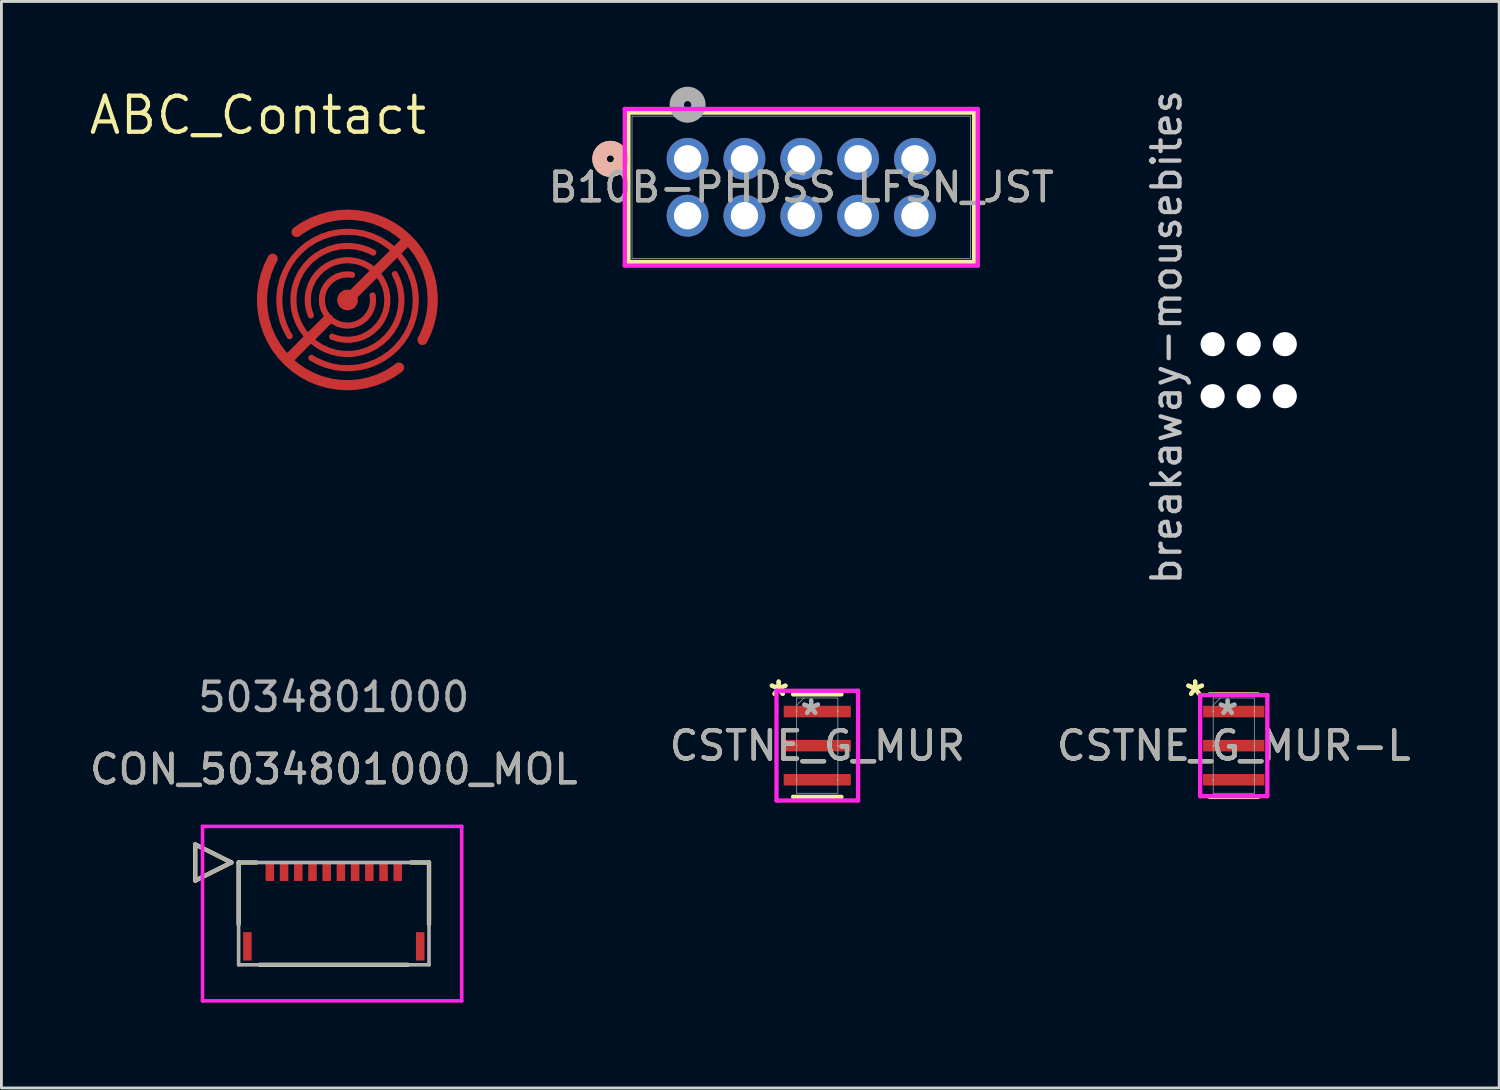
<source format=kicad_pcb>
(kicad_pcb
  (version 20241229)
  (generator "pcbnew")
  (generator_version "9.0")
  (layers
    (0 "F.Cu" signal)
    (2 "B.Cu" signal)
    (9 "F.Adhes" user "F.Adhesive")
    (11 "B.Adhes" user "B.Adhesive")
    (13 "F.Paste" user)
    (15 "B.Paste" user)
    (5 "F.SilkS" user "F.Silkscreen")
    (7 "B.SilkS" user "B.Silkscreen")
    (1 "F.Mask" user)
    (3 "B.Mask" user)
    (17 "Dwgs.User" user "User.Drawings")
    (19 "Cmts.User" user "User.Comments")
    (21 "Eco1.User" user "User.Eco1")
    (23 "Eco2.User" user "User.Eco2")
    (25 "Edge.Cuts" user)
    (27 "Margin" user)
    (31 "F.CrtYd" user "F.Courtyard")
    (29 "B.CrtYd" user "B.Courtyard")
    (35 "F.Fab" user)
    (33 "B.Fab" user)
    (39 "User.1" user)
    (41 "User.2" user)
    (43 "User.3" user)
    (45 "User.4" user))
  (footprint "ABC_Contact"
    (layer "F.Cu")
    (at 9.175 7.506)
    (property "Reference" "ABC_Contact" (at -3.15 -6.5 0) (layer "F.SilkS") (effects (font (size 1.27 1.27) (thickness 0.15))))
    (attr smd exclude_from_pos_files exclude_from_bom allow_soldermask_bridges)
    (fp_circle (center 0 0) (end 3.175 0) (stroke (width 0.12) (type solid)) (fill yes) (layer "F.Mask"))
    (pad "1" smd custom (at 2.125 -2.121) (size 0.3 0.3) (layers "F.Cu" "F.Mask" "F.Paste") (options (anchor circle)) (primitives (gr_arc (start -3.912922 -0.272613) (mid -0.16606 -0.159618) (end 0.515302 3.526503) (width 0.362856)) (gr_line (start -2.121 2.121) (end -0.121 0.121) (width 0.363)) (gr_arc (start -3.412664 2.662088) (mid -1.131371 1.131371) (end -2.662088 3.412664) (width 0.22)) (gr_arc (start -4.156533 3.39329) (mid -0.424266 0.424262) (end -3.393289 4.156533) (width 0.22)) (gr_circle (center -2.121 2.121) (end -1.756 2.121) (width 0) (fill yes))))
    (pad "2" smd custom (at -2.121 2.121) (size 0.3 0.3) (layers "F.Cu" "F.Mask" "F.Paste") (options (anchor circle)) (primitives (gr_arc (start 3.9356 0.25922) (mid 0.157212 0.147878) (end -0.509717 -3.57285) (width 0.362856)) (gr_line (start 1.447 -1.448) (end 0.035 -0.036) (width 0.363)) (gr_arc (start 3.006688 -2.282947) (mid 1.484924 -1.484924) (end 2.282946 -3.006688) (width 0.22)) (gr_arc (start 3.78973 -3.030391) (mid 0.777817 -0.777817) (end 3.030391 -3.78973) (width 0.22))))
    (zone (net_name "") (layer "F.Cu") (hatch edge 0.508) (connect_pads) (min_thickness 0.254) (filled_areas_thickness no) (keepout (tracks allowed) (vias allowed) (pads allowed) (copperpour not_allowed) (footprints allowed)) (placement (enabled no)) (fill) (polygon (pts (xy 13.139 7.506) (xy 13.12 7.119) (xy 13.064 6.736) (xy 12.97 6.36) (xy 12.84 5.995) (xy 12.675 5.645) (xy 12.477 5.312) (xy 12.247 5) (xy 11.988 4.713) (xy 11.702 4.451) (xy 11.392 4.219) (xy 11.06 4.019) (xy 10.711 3.851) (xy 10.347 3.719) (xy 9.972 3.623) (xy 9.589 3.563) (xy 9.202 3.542) (xy 8.815 3.558) (xy 8.432 3.612) (xy 8.055 3.703) (xy 7.69 3.83) (xy 7.338 3.993) (xy 7.004 4.189) (xy 6.69 4.416) (xy 6.401 4.674) (xy 6.138 4.958) (xy 5.903 5.266) (xy 5.7 5.596) (xy 5.531 5.944) (xy 5.396 6.307) (xy 5.297 6.682) (xy 5.235 7.064) (xy 5.21 7.451) (xy 5.224 7.838) (xy 5.275 8.222) (xy 5.364 8.599) (xy 5.488 8.966) (xy 5.649 9.318) (xy 5.842 9.654) (xy 6.068 9.969) (xy 6.323 10.26) (xy 6.605 10.525) (xy 6.912 10.762) (xy 7.241 10.967) (xy 7.587 11.139) (xy 7.95 11.277) (xy 8.323 11.378) (xy 8.705 11.443) (xy 9.092 11.47) (xy 9.479 11.459) (xy 9.863 11.411) (xy 10.241 11.325) (xy 10.608 11.202) (xy 10.962 11.045) (xy 11.299 10.854) (xy 11.616 10.63) (xy 11.909 10.377) (xy 12.176 10.097) (xy 12.414 9.792) (xy 12.622 9.464) (xy 12.796 9.119) (xy 12.937 8.758) (xy 13.041 8.385) (xy 13.108 8.003) (xy 13.138 7.617)))))
  (footprint "CSTNE_G_MUR"
    (layer "F.Cu")
    (at 25.708 23.187)
    (property "Reference" "CSTNE_G_MUR" (at 0 0 0) (unlocked yes) (layer "F.SilkS") (effects (font (size 1 1) (thickness 0.15))))
    (attr smd)
    (fp_line (start -0.851 -1.803) (end 0.851 -1.803) (stroke (width 0.152) (type solid)) (layer "F.SilkS"))
    (fp_line (start -0.851 1.803) (end 0.851 1.803) (stroke (width 0.152) (type solid)) (layer "F.SilkS"))
    (fp_line (start -1.435 -1.93) (end 1.435 -1.93) (stroke (width 0.152) (type solid)) (layer "F.CrtYd"))
    (fp_line (start -1.435 1.93) (end -1.435 -1.93) (stroke (width 0.152) (type solid)) (layer "F.CrtYd"))
    (fp_line (start 1.435 -1.93) (end 1.435 1.93) (stroke (width 0.152) (type solid)) (layer "F.CrtYd"))
    (fp_line (start 1.435 1.93) (end -1.435 1.93) (stroke (width 0.152) (type solid)) (layer "F.CrtYd"))
    (fp_line (start -0.724 -1.676) (end 0.724 -1.676) (stroke (width 0.025) (type solid)) (layer "F.Fab"))
    (fp_line (start -0.724 -1.2) (end -0.724 -1.676) (stroke (width 0.025) (type solid)) (layer "F.Fab"))
    (fp_line (start -0.724 -1.2) (end -0.724 0) (stroke (width 0.025) (type solid)) (layer "F.Fab"))
    (fp_line (start -0.724 0) (end -0.724 1.2) (stroke (width 0.025) (type solid)) (layer "F.Fab"))
    (fp_line (start -0.724 1.2) (end -0.724 1.676) (stroke (width 0.025) (type solid)) (layer "F.Fab"))
    (fp_line (start -0.724 1.676) (end 0.724 1.676) (stroke (width 0.025) (type solid)) (layer "F.Fab"))
    (fp_line (start -0.47 -1.676) (end -0.724 -1.422) (stroke (width 0.025) (type solid)) (layer "F.Fab"))
    (fp_line (start 0.724 -1.2) (end 0.724 -1.676) (stroke (width 0.025) (type solid)) (layer "F.Fab"))
    (fp_line (start 0.724 -1.2) (end 0.724 0) (stroke (width 0.025) (type solid)) (layer "F.Fab"))
    (fp_line (start 0.724 0) (end 0.724 1.2) (stroke (width 0.025) (type solid)) (layer "F.Fab"))
    (fp_line (start 0.724 1.2) (end 0.724 1.676) (stroke (width 0.025) (type solid)) (layer "F.Fab"))
    (fp_arc (start -0.7239 -1.2) (mid -0.7239 -1.2) (end -0.7239 -1.2) (stroke (width 0.0254) (type solid)) (layer "F.Fab"))
    (fp_arc (start -0.7239 0) (mid -0.7239 0) (end -0.7239 0) (stroke (width 0.0254) (type solid)) (layer "F.Fab"))
    (fp_arc (start -0.7239 1.2) (mid -0.7239 1.2) (end -0.7239 1.2) (stroke (width 0.0254) (type solid)) (layer "F.Fab"))
    (fp_arc (start 0.7239 -1.2) (mid 0.7239 -1.2) (end 0.7239 -1.2) (stroke (width 0.0254) (type solid)) (layer "F.Fab"))
    (fp_arc (start 0.7239 0) (mid 0.7239 0) (end 0.7239 0) (stroke (width 0.0254) (type solid)) (layer "F.Fab"))
    (fp_arc (start 0.7239 1.2) (mid 0.7239 1.2) (end 0.7239 1.2) (stroke (width 0.0254) (type solid)) (layer "F.Fab"))
    (fp_text user "*" (at -1.359 -1.708 0) (unlocked yes) (layer "F.SilkS") (effects (font (size 1 1) (thickness 0.15))))
    (fp_text user "*" (at -1.359 -1.708 0) (layer "F.SilkS") (effects (font (size 1 1) (thickness 0.15))))
    (fp_text user "${REFERENCE}" (at 0 0 0) (unlocked yes) (layer "F.Fab") (effects (font (size 1 1) (thickness 0.15))))
    (fp_text user "*" (at -0.216 -1.041 0) (unlocked yes) (layer "F.Fab") (effects (font (size 1 1) (thickness 0.15))))
    (fp_text user "*" (at -0.216 -1.041 0) (layer "F.Fab") (effects (font (size 1 1) (thickness 0.15))))
    (pad "1" smd rect (at 0 -1.2) (size 2.362 0.406) (layers "F.Cu" "F.Mask" "F.Paste"))
    (pad "2" smd rect (at 0 0) (size 2.362 0.406) (layers "F.Cu" "F.Mask" "F.Paste"))
    (pad "3" smd rect (at 0 1.2) (size 2.362 0.406) (layers "F.Cu" "F.Mask" "F.Paste")))
  (footprint "CON_5034801000_MOL"
    (layer "F.Cu")
    (at 8.696 29.099)
    (property "Reference" "CON_5034801000_MOL" (at 0 -5.08 0) (unlocked yes) (layer "F.SilkS") (effects (font (size 1 1) (thickness 0.15))))
    (attr smd)
    (fp_line (start -4.874 -2.435) (end -4.874 -1.165) (stroke (width 0.152) (type solid)) (layer "F.SilkS"))
    (fp_line (start -4.874 -1.165) (end -3.604 -1.8) (stroke (width 0.152) (type solid)) (layer "F.SilkS"))
    (fp_line (start -3.604 -1.8) (end -4.874 -2.435) (stroke (width 0.152) (type solid)) (layer "F.SilkS"))
    (fp_line (start -3.35 -1.8) (end -3.35 0.373) (stroke (width 0.152) (type solid)) (layer "F.SilkS"))
    (fp_line (start -2.72 -1.8) (end -3.35 -1.8) (stroke (width 0.152) (type solid)) (layer "F.SilkS"))
    (fp_line (start -2.607 1.8) (end 2.607 1.8) (stroke (width 0.152) (type solid)) (layer "F.SilkS"))
    (fp_line (start 3.35 -1.8) (end 2.72 -1.8) (stroke (width 0.152) (type solid)) (layer "F.SilkS"))
    (fp_line (start 3.35 0.373) (end 3.35 -1.8) (stroke (width 0.152) (type solid)) (layer "F.SilkS"))
    (fp_line (start -4.62 -3.07) (end -4.62 3.07) (stroke (width 0.127) (type solid)) (layer "F.CrtYd"))
    (fp_line (start -4.62 3.07) (end 4.5 3.07) (stroke (width 0.127) (type solid)) (layer "F.CrtYd"))
    (fp_line (start 4.5 -3.07) (end -4.62 -3.07) (stroke (width 0.127) (type solid)) (layer "F.CrtYd"))
    (fp_line (start 4.5 3.07) (end 4.5 -3.07) (stroke (width 0.127) (type solid)) (layer "F.CrtYd"))
    (fp_line (start -4.874 -2.435) (end -4.874 -1.165) (stroke (width 0.127) (type solid)) (layer "F.Fab"))
    (fp_line (start -4.874 -1.165) (end -3.604 -1.8) (stroke (width 0.127) (type solid)) (layer "F.Fab"))
    (fp_line (start -3.604 -1.8) (end -4.874 -2.435) (stroke (width 0.127) (type solid)) (layer "F.Fab"))
    (fp_line (start -3.35 -1.8) (end -3.35 1.8) (stroke (width 0.127) (type solid)) (layer "F.Fab"))
    (fp_line (start -3.35 1.8) (end 3.35 1.8) (stroke (width 0.127) (type solid)) (layer "F.Fab"))
    (fp_line (start 3.35 -1.8) (end -3.35 -1.8) (stroke (width 0.127) (type solid)) (layer "F.Fab"))
    (fp_line (start 3.35 1.8) (end 3.35 -1.8) (stroke (width 0.127) (type solid)) (layer "F.Fab"))
    (fp_text user "${REFERENCE}" (at 0 -5.08 0) (unlocked yes) (layer "F.Fab") (effects (font (size 1 1) (thickness 0.15))))
    (fp_text user "5034801000" (at 0 -7.62 0) (unlocked yes) (layer "F.Fab") (effects (font (size 1 1) (thickness 0.15))))
    (pad "1" smd rect (at -2.25 -1.5) (size 0.3 0.7) (layers "F.Cu" "F.Mask" "F.Paste"))
    (pad "2" smd rect (at -1.75 -1.5) (size 0.3 0.7) (layers "F.Cu" "F.Mask" "F.Paste"))
    (pad "3" smd rect (at -1.25 -1.5) (size 0.3 0.7) (layers "F.Cu" "F.Mask" "F.Paste"))
    (pad "4" smd rect (at -0.75 -1.5) (size 0.3 0.7) (layers "F.Cu" "F.Mask" "F.Paste"))
    (pad "5" smd rect (at -0.25 -1.5) (size 0.3 0.7) (layers "F.Cu" "F.Mask" "F.Paste"))
    (pad "6" smd rect (at 0.25 -1.5) (size 0.3 0.7) (layers "F.Cu" "F.Mask" "F.Paste"))
    (pad "7" smd rect (at 0.75 -1.5) (size 0.3 0.7) (layers "F.Cu" "F.Mask" "F.Paste"))
    (pad "8" smd rect (at 1.25 -1.5) (size 0.3 0.7) (layers "F.Cu" "F.Mask" "F.Paste"))
    (pad "9" smd rect (at 1.75 -1.5) (size 0.3 0.7) (layers "F.Cu" "F.Mask" "F.Paste"))
    (pad "10" smd rect (at 2.25 -1.5) (size 0.3 0.7) (layers "F.Cu" "F.Mask" "F.Paste"))
    (pad "P1" smd rect (at -3.04 1.15) (size 0.3 1) (layers "F.Cu" "F.Mask" "F.Paste"))
    (pad "P2" smd rect (at 3.04 1.15) (size 0.3 1) (layers "F.Cu" "F.Mask" "F.Paste")))
  (footprint "CSTNE_G_MUR-L"
    (layer "F.Cu")
    (at 40.363 23.187)
    (property "Reference" "CSTNE_G_MUR-L" (at 0 0 0) (unlocked yes) (layer "F.SilkS") (effects (font (size 1 1) (thickness 0.15))))
    (attr smd)
    (fp_line (start -0.851 -1.803) (end 0.851 -1.803) (stroke (width 0.152) (type solid)) (layer "F.SilkS"))
    (fp_line (start -0.851 1.803) (end 0.851 1.803) (stroke (width 0.152) (type solid)) (layer "F.SilkS"))
    (fp_line (start -1.181 -1.778) (end 1.181 -1.778) (stroke (width 0.152) (type solid)) (layer "F.CrtYd"))
    (fp_line (start -1.181 1.778) (end -1.181 -1.778) (stroke (width 0.152) (type solid)) (layer "F.CrtYd"))
    (fp_line (start 1.181 -1.778) (end 1.181 1.778) (stroke (width 0.152) (type solid)) (layer "F.CrtYd"))
    (fp_line (start 1.181 1.778) (end -1.181 1.778) (stroke (width 0.152) (type solid)) (layer "F.CrtYd"))
    (fp_line (start -0.724 -1.676) (end 0.724 -1.676) (stroke (width 0.025) (type solid)) (layer "F.Fab"))
    (fp_line (start -0.724 -1.2) (end -0.724 -1.676) (stroke (width 0.025) (type solid)) (layer "F.Fab"))
    (fp_line (start -0.724 -1.2) (end -0.724 0) (stroke (width 0.025) (type solid)) (layer "F.Fab"))
    (fp_line (start -0.724 0) (end -0.724 1.2) (stroke (width 0.025) (type solid)) (layer "F.Fab"))
    (fp_line (start -0.724 1.2) (end -0.724 1.676) (stroke (width 0.025) (type solid)) (layer "F.Fab"))
    (fp_line (start -0.724 1.676) (end 0.724 1.676) (stroke (width 0.025) (type solid)) (layer "F.Fab"))
    (fp_line (start -0.47 -1.676) (end -0.724 -1.422) (stroke (width 0.025) (type solid)) (layer "F.Fab"))
    (fp_line (start 0.724 -1.2) (end 0.724 -1.676) (stroke (width 0.025) (type solid)) (layer "F.Fab"))
    (fp_line (start 0.724 -1.2) (end 0.724 0) (stroke (width 0.025) (type solid)) (layer "F.Fab"))
    (fp_line (start 0.724 0) (end 0.724 1.2) (stroke (width 0.025) (type solid)) (layer "F.Fab"))
    (fp_line (start 0.724 1.2) (end 0.724 1.676) (stroke (width 0.025) (type solid)) (layer "F.Fab"))
    (fp_arc (start -0.7239 -1.2) (mid -0.7239 -1.2) (end -0.7239 -1.2) (stroke (width 0.0254) (type solid)) (layer "F.Fab"))
    (fp_arc (start -0.7239 0) (mid -0.7239 0) (end -0.7239 0) (stroke (width 0.0254) (type solid)) (layer "F.Fab"))
    (fp_arc (start -0.7239 1.2) (mid -0.7239 1.2) (end -0.7239 1.2) (stroke (width 0.0254) (type solid)) (layer "F.Fab"))
    (fp_arc (start 0.7239 -1.2) (mid 0.7239 -1.2) (end 0.7239 -1.2) (stroke (width 0.0254) (type solid)) (layer "F.Fab"))
    (fp_arc (start 0.7239 0) (mid 0.7239 0) (end 0.7239 0) (stroke (width 0.0254) (type solid)) (layer "F.Fab"))
    (fp_arc (start 0.7239 1.2) (mid 0.7239 1.2) (end 0.7239 1.2) (stroke (width 0.0254) (type solid)) (layer "F.Fab"))
    (fp_text user "*" (at -1.359 -1.708 0) (unlocked yes) (layer "F.SilkS") (effects (font (size 1 1) (thickness 0.15))))
    (fp_text user "*" (at -1.359 -1.708 0) (layer "F.SilkS") (effects (font (size 1 1) (thickness 0.15))))
    (fp_text user "${REFERENCE}" (at 0 0 0) (unlocked yes) (layer "F.Fab") (effects (font (size 1 1) (thickness 0.15))))
    (fp_text user "*" (at -0.216 -1.041 0) (layer "F.Fab") (effects (font (size 1 1) (thickness 0.15))))
    (fp_text user "*" (at -0.216 -1.041 0) (unlocked yes) (layer "F.Fab") (effects (font (size 1 1) (thickness 0.15))))
    (pad "1" smd rect (at 0 -1.2) (size 2.159 0.406) (layers "F.Cu" "F.Mask" "F.Paste"))
    (pad "2" smd rect (at 0 0) (size 2.159 0.406) (layers "F.Cu" "F.Mask" "F.Paste"))
    (pad "3" smd rect (at 0 1.2) (size 2.159 0.406) (layers "F.Cu" "F.Mask" "F.Paste")))
  (footprint "breakaway-mousebites"
    (layer "F.Cu")
    (at 40.889 9.975)
    (property "Reference" "breakaway-mousebites" (at -2.89 -1.16 270) (layer "Dwgs.User") (effects (font (size 1 1) (thickness 0.15))))
    (attr exclude_from_pos_files)
    (pad "" np_thru_hole circle (at -1.27 -0.915 180) (size 0.85 0.85) (drill 0.85) (layers "*.Cu" "*.Mask"))
    (pad "" np_thru_hole circle (at -1.27 0.915) (size 0.85 0.85) (drill 0.85) (layers "*.Cu" "*.Mask"))
    (pad "" np_thru_hole circle (at 0 -0.915 180) (size 0.85 0.85) (drill 0.85) (layers "*.Cu" "*.Mask"))
    (pad "" np_thru_hole circle (at 0 0.915) (size 0.85 0.85) (drill 0.85) (layers "*.Cu" "*.Mask"))
    (pad "" np_thru_hole circle (at 1.27 -0.915 180) (size 0.85 0.85) (drill 0.85) (layers "*.Cu" "*.Mask"))
    (pad "" np_thru_hole circle (at 1.27 0.915) (size 0.85 0.85) (drill 0.85) (layers "*.Cu" "*.Mask")))
  (footprint "B10B-PHDSS LFSN_JST"
    (layer "F.Cu")
    (at 21.145 2.54)
    (property "Reference" "B10B-PHDSS LFSN_JST" (at 4 1 0) (unlocked yes) (layer "F.SilkS") (effects (font (size 1 1) (thickness 0.15))))
    (attr through_hole)
    (fp_line (start -2.083 -1.629) (end -2.083 3.629) (stroke (width 0.152) (type solid)) (layer "F.SilkS"))
    (fp_line (start -2.083 3.629) (end 10.083 3.629) (stroke (width 0.152) (type solid)) (layer "F.SilkS"))
    (fp_line (start 10.083 -1.629) (end -2.083 -1.629) (stroke (width 0.152) (type solid)) (layer "F.SilkS"))
    (fp_line (start 10.083 3.629) (end 10.083 -1.629) (stroke (width 0.152) (type solid)) (layer "F.SilkS"))
    (fp_circle (center -2.718 0) (end -2.337 0) (stroke (width 0.508) (type solid)) (fill no) (layer "F.SilkS"))
    (fp_circle (center -2.718 0) (end -2.337 0) (stroke (width 0.508) (type solid)) (fill no) (layer "B.SilkS"))
    (fp_line (start -2.21 -1.756) (end -2.21 3.756) (stroke (width 0.152) (type solid)) (layer "F.CrtYd"))
    (fp_line (start -2.21 3.756) (end 10.21 3.756) (stroke (width 0.152) (type solid)) (layer "F.CrtYd"))
    (fp_line (start 10.21 -1.756) (end -2.21 -1.756) (stroke (width 0.152) (type solid)) (layer "F.CrtYd"))
    (fp_line (start 10.21 3.756) (end 10.21 -1.756) (stroke (width 0.152) (type solid)) (layer "F.CrtYd"))
    (fp_line (start -1.956 -1.502) (end -1.956 3.502) (stroke (width 0.025) (type solid)) (layer "F.Fab"))
    (fp_line (start -1.956 3.502) (end 9.956 3.502) (stroke (width 0.025) (type solid)) (layer "F.Fab"))
    (fp_line (start 9.956 -1.502) (end -1.956 -1.502) (stroke (width 0.025) (type solid)) (layer "F.Fab"))
    (fp_line (start 9.956 3.502) (end 9.956 -1.502) (stroke (width 0.025) (type solid)) (layer "F.Fab"))
    (fp_circle (center 0 -1.905) (end 0.381 -1.905) (stroke (width 0.508) (type solid)) (fill no) (layer "F.Fab"))
    (fp_text user "${REFERENCE}" (at 4 1 0) (unlocked yes) (layer "F.Fab") (effects (font (size 1 1) (thickness 0.15))))
    (pad "1" thru_hole circle (at 0 -0.000001) (size 1.473 1.473) (drill 0.965) (layers "*.Cu" "*.Mask"))
    (pad "2" thru_hole circle (at 0 2) (size 1.473 1.473) (drill 0.965) (layers "*.Cu" "*.Mask"))
    (pad "3" thru_hole circle (at 2 -0.000001) (size 1.473 1.473) (drill 0.965) (layers "*.Cu" "*.Mask"))
    (pad "4" thru_hole circle (at 2 2) (size 1.473 1.473) (drill 0.965) (layers "*.Cu" "*.Mask"))
    (pad "5" thru_hole circle (at 4 -0.000001) (size 1.473 1.473) (drill 0.965) (layers "*.Cu" "*.Mask"))
    (pad "6" thru_hole circle (at 4 2) (size 1.473 1.473) (drill 0.965) (layers "*.Cu" "*.Mask"))
    (pad "7" thru_hole circle (at 6 -0.000001) (size 1.473 1.473) (drill 0.965) (layers "*.Cu" "*.Mask"))
    (pad "8" thru_hole circle (at 6 2) (size 1.473 1.473) (drill 0.965) (layers "*.Cu" "*.Mask"))
    (pad "9" thru_hole circle (at 8 -0.000001) (size 1.473 1.473) (drill 0.965) (layers "*.Cu" "*.Mask"))
    (pad "10" thru_hole circle (at 8 2) (size 1.473 1.473) (drill 0.965) (layers "*.Cu" "*.Mask")))
  (gr_rect
    (start -3 -3)
    (end 49.702 35.233)
    (stroke (width 0.1) (type default))
    (fill no)
    (layer "Edge.Cuts")))
</source>
